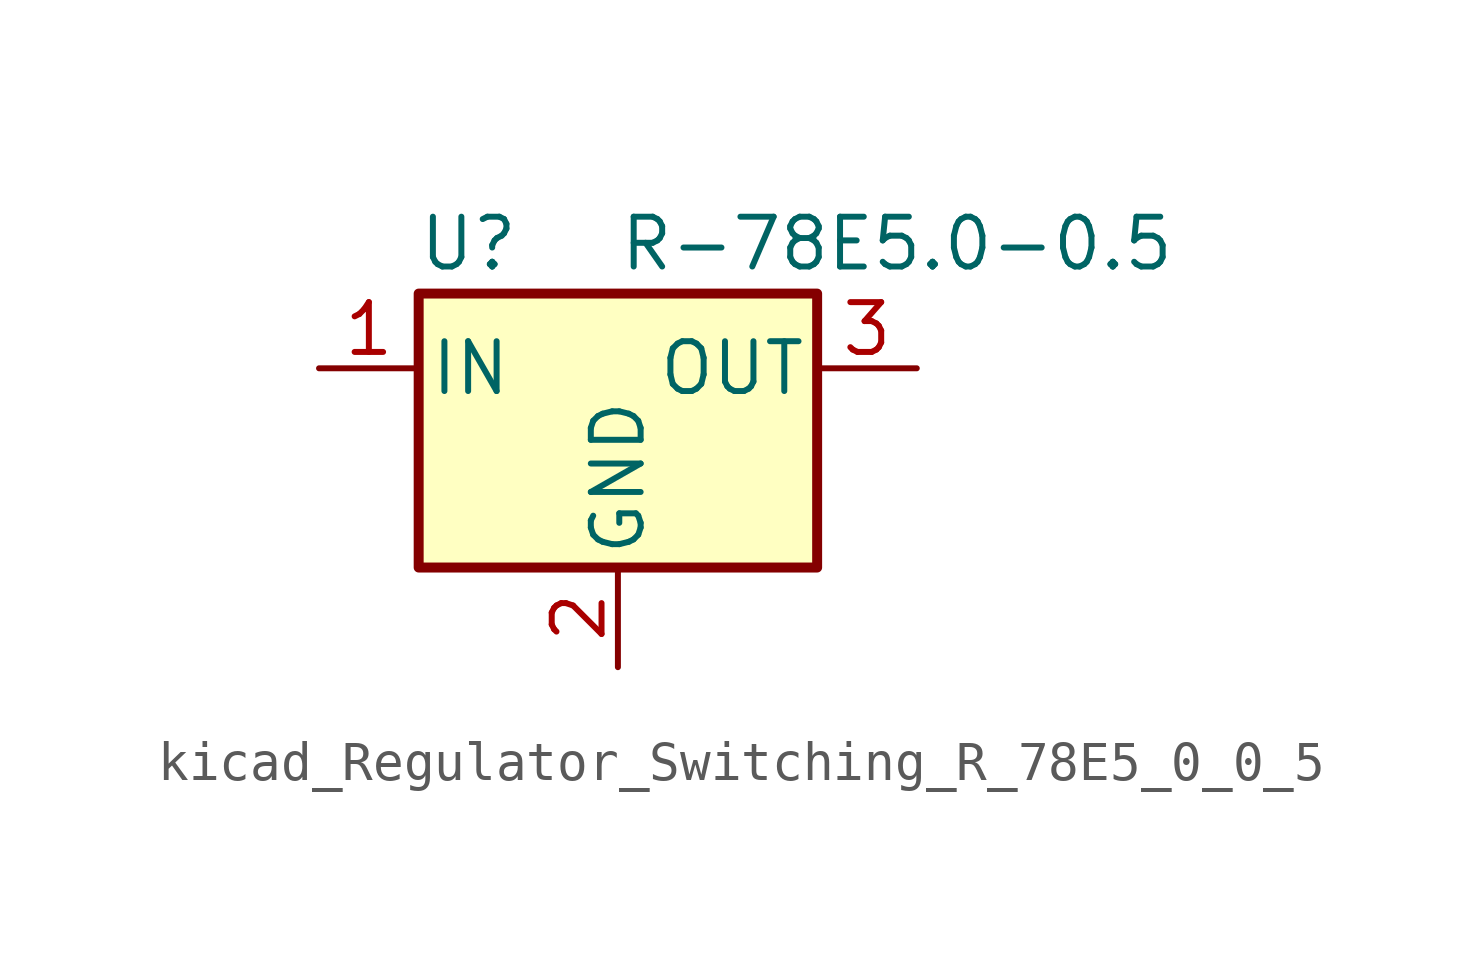
<source format=kicad_sym>
(kicad_symbol_lib
  (version 20220914)
  (generator kicad_symbol_editor)
  (symbol "kicad_Regulator_Switching_R_78E5_0_0_5"
    (pin_names
      (offset 0.254))
    (property "Reference" "U"
      (at -3.81 3.175 0)
      (effects (font (size 1.27 1.27))))
    (property "Value" "R-78E5.0-0.5"
      (at 0 3.175 0)
      (effects (font (size 1.27 1.27)) (justify left)))
    (symbol "kicad_Regulator_Switching_R_78E5_0_0_5_0_1"
      (rectangle (start -5.08 1.905) (end 5.08 -5.08) (stroke (width 0.254) (type default)) (fill (type background))))
    (symbol "kicad_Regulator_Switching_R_78E5_0_0_5_1_1"
      (pin power_in line (at -7.62 0 0) (length 2.54) (name "IN" (effects (font (size 1.27 1.27)))) (number "1" (effects (font (size 1.27 1.27)))))
      (pin power_in line (at 0 -7.62 90) (length 2.54) (name "GND" (effects (font (size 1.27 1.27)))) (number "2" (effects (font (size 1.27 1.27)))))
      (pin power_out line (at 7.62 0 180) (length 2.54) (name "OUT" (effects (font (size 1.27 1.27)))) (number "3" (effects (font (size 1.27 1.27))))))))
</source>
